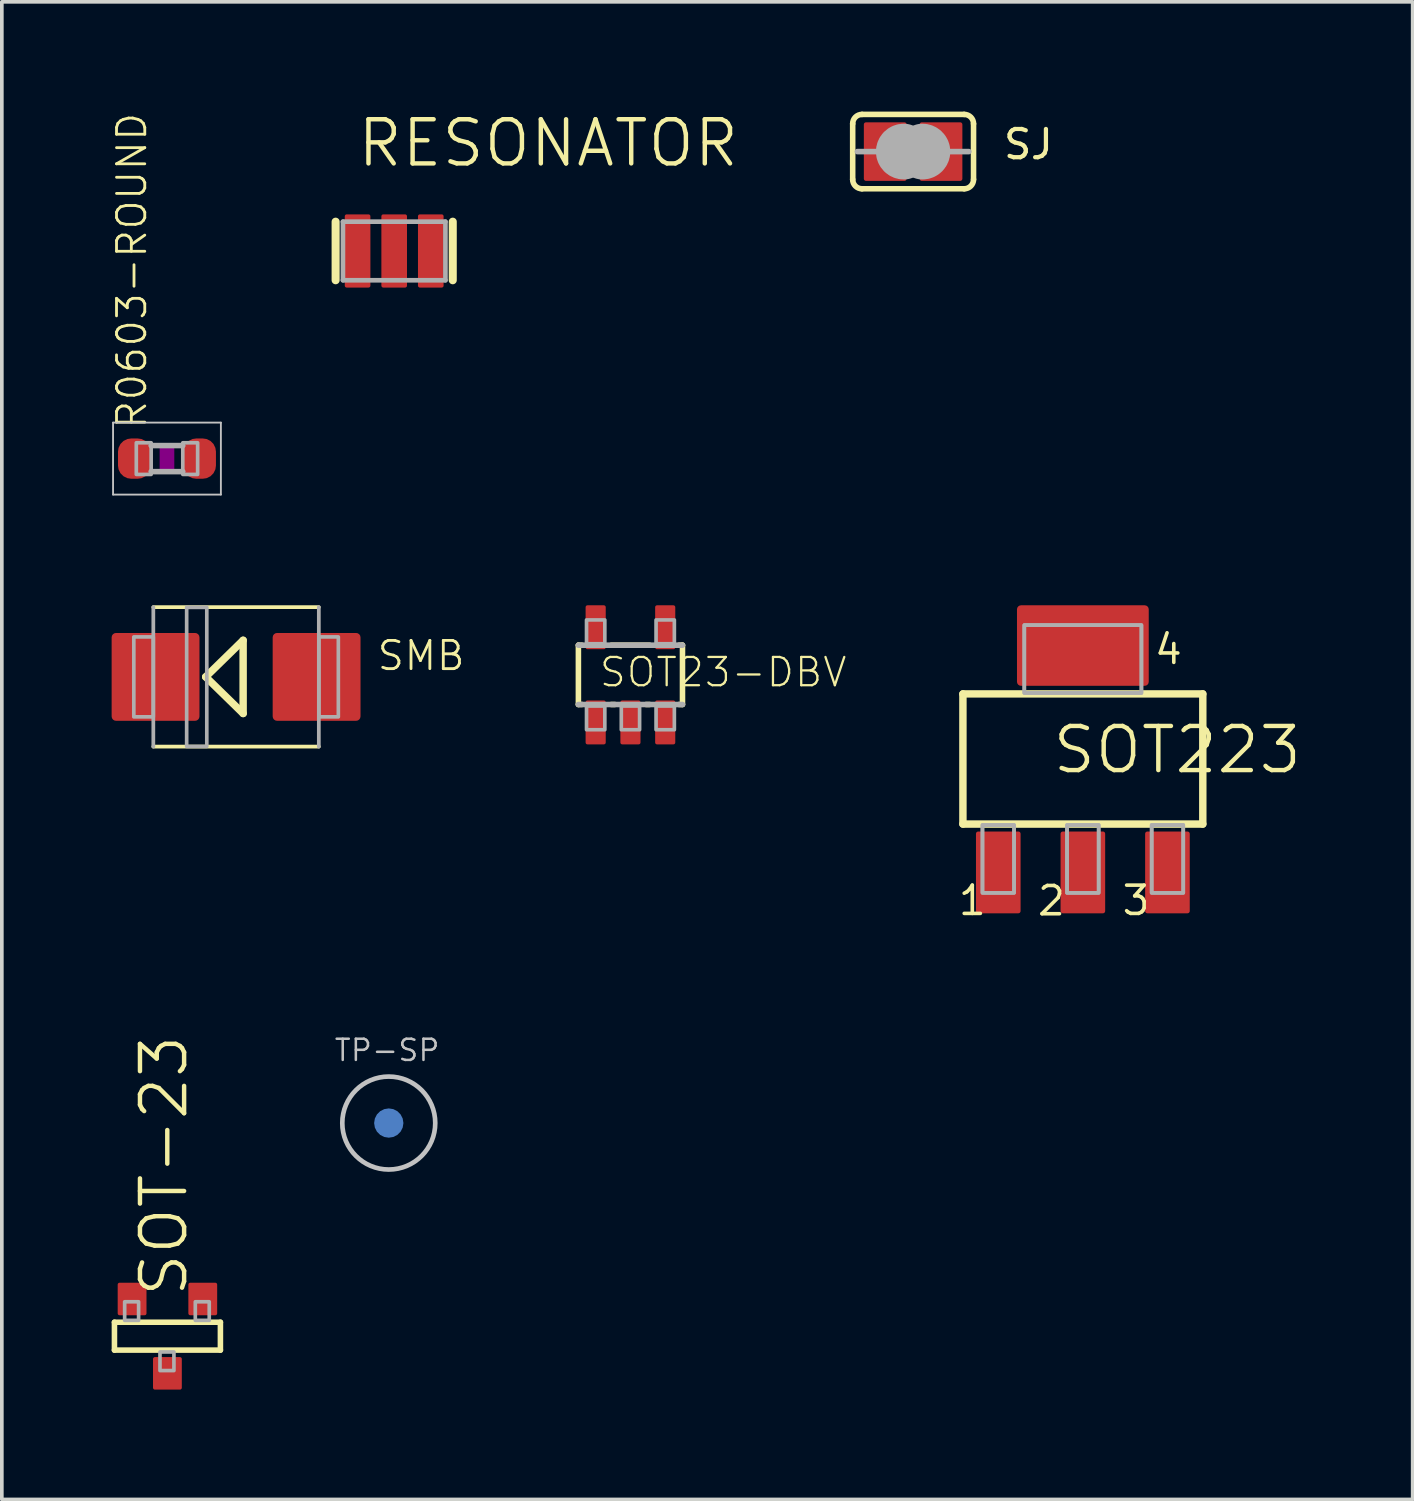
<source format=kicad_pcb>
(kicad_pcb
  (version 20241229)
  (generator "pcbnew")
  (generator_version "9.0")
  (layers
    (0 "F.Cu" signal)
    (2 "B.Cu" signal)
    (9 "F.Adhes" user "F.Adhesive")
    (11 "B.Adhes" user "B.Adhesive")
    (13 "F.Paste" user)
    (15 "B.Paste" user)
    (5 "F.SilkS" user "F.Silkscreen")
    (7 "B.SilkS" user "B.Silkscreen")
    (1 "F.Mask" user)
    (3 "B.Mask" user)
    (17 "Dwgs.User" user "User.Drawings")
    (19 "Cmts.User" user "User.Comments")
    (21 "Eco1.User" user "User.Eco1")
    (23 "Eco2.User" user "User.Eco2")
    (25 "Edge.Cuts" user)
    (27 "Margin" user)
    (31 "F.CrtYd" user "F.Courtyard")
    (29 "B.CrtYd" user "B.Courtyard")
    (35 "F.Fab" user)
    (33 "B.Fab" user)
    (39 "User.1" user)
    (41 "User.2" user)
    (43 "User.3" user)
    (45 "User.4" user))
  (footprint "R0603-ROUND"
    (layer "F.Cu")
    (at 1.512 9.48)
    (property "Reference" "R0603-ROUND" (at -0.508 -0.762 90) (layer "F.SilkS") (effects (font (size 0.772 0.772) (thickness 0.077)) (justify left bottom)))
    (attr through_hole)
    (fp_poly (pts (xy -0.2 0.4) (xy 0.2 0.4) (xy 0.2 -0.4) (xy -0.2 -0.4)) (stroke (width 0) (type solid)) (fill yes) (layer "F.Adhes"))
    (fp_line (start -1.473 -0.983) (end 1.473 -0.983) (stroke (width 0.051) (type solid)) (layer "Dwgs.User"))
    (fp_line (start -1.473 0.983) (end -1.473 -0.983) (stroke (width 0.051) (type solid)) (layer "Dwgs.User"))
    (fp_line (start 1.473 -0.983) (end 1.473 0.983) (stroke (width 0.051) (type solid)) (layer "Dwgs.User"))
    (fp_line (start 1.473 0.983) (end -1.473 0.983) (stroke (width 0.051) (type solid)) (layer "Dwgs.User"))
    (fp_line (start -0.432 0.356) (end 0.432 0.356) (stroke (width 0.152) (type solid)) (layer "F.Fab"))
    (fp_line (start 0.432 -0.356) (end -0.432 -0.356) (stroke (width 0.152) (type solid)) (layer "F.Fab"))
    (fp_poly (pts (xy -0.838 0.432) (xy -0.432 0.432) (xy -0.432 -0.432) (xy -0.838 -0.432)) (stroke (width 0.1) (type solid)) (fill no) (layer "F.Fab"))
    (fp_poly (pts (xy 0.432 0.432) (xy 0.838 0.432) (xy 0.838 -0.432) (xy 0.432 -0.432)) (stroke (width 0.1) (type solid)) (fill no) (layer "F.Fab"))
    (pad "1" smd roundrect (at -0.889 0) (size 0.898 1.1) (layers "F.Cu" "F.Mask" "F.Paste") (roundrect_rratio 0.4))
    (pad "2" smd roundrect (at 0.889 0) (size 0.898 1.1) (layers "F.Cu" "F.Mask" "F.Paste") (roundrect_rratio 0.4)))
  (footprint "SOT23-DBV"
    (layer "F.Cu")
    (at 14.175 15.388)
    (property "Reference" "SOT23-DBV" (at -0.889 0.381 180) (layer "F.SilkS") (effects (font (size 0.772 0.772) (thickness 0.062)) (justify left bottom)))
    (attr through_hole)
    (fp_line (start -1.422 -0.81) (end -1.328 -0.81) (stroke (width 0.152) (type solid)) (layer "F.SilkS"))
    (fp_line (start -1.422 0.81) (end -1.422 -0.81) (stroke (width 0.152) (type solid)) (layer "F.SilkS"))
    (fp_line (start -1.328 0.81) (end -1.422 0.81) (stroke (width 0.152) (type solid)) (layer "F.SilkS"))
    (fp_line (start -0.522 -0.81) (end 0.522 -0.81) (stroke (width 0.152) (type solid)) (layer "F.SilkS"))
    (fp_line (start -0.428 0.81) (end -0.522 0.81) (stroke (width 0.152) (type solid)) (layer "F.SilkS"))
    (fp_line (start 0.522 0.81) (end 0.428 0.81) (stroke (width 0.152) (type solid)) (layer "F.SilkS"))
    (fp_line (start 1.328 -0.81) (end 1.422 -0.81) (stroke (width 0.152) (type solid)) (layer "F.SilkS"))
    (fp_line (start 1.422 -0.81) (end 1.422 0.81) (stroke (width 0.152) (type solid)) (layer "F.SilkS"))
    (fp_line (start 1.422 0.81) (end 1.328 0.81) (stroke (width 0.152) (type solid)) (layer "F.SilkS"))
    (fp_line (start -1.422 -0.81) (end 1.422 -0.81) (stroke (width 0.152) (type solid)) (layer "F.Fab"))
    (fp_line (start 1.422 0.81) (end -1.422 0.81) (stroke (width 0.152) (type solid)) (layer "F.Fab"))
    (fp_poly (pts (xy -1.2 -0.85) (xy -0.7 -0.85) (xy -0.7 -1.5) (xy -1.2 -1.5)) (stroke (width 0.1) (type solid)) (fill no) (layer "F.Fab"))
    (fp_poly (pts (xy -1.2 1.5) (xy -0.7 1.5) (xy -0.7 0.85) (xy -1.2 0.85)) (stroke (width 0.1) (type solid)) (fill no) (layer "F.Fab"))
    (fp_poly (pts (xy -0.25 1.5) (xy 0.25 1.5) (xy 0.25 0.85) (xy -0.25 0.85)) (stroke (width 0.1) (type solid)) (fill no) (layer "F.Fab"))
    (fp_poly (pts (xy 0.7 -0.85) (xy 1.2 -0.85) (xy 1.2 -1.5) (xy 0.7 -1.5)) (stroke (width 0.1) (type solid)) (fill no) (layer "F.Fab"))
    (fp_poly (pts (xy 0.7 1.5) (xy 1.2 1.5) (xy 1.2 0.85) (xy 0.7 0.85)) (stroke (width 0.1) (type solid)) (fill no) (layer "F.Fab"))
    (pad "1" smd roundrect (at -0.95 1.3) (size 0.55 1.2) (layers "F.Cu" "F.Mask" "F.Paste") (roundrect_rratio 0.092))
    (pad "2" smd roundrect (at 0 1.3) (size 0.55 1.2) (layers "F.Cu" "F.Mask" "F.Paste") (roundrect_rratio 0.092))
    (pad "3" smd roundrect (at 0.95 1.3) (size 0.55 1.2) (layers "F.Cu" "F.Mask" "F.Paste") (roundrect_rratio 0.092))
    (pad "4" smd roundrect (at 0.95 -1.3) (size 0.55 1.2) (layers "F.Cu" "F.Mask" "F.Paste") (roundrect_rratio 0.092))
    (pad "5" smd roundrect (at -0.95 -1.3) (size 0.55 1.2) (layers "F.Cu" "F.Mask" "F.Paste") (roundrect_rratio 0.092)))
  (footprint "SMB"
    (layer "F.Cu")
    (at 3.4 15.444)
    (property "Reference" "SMB" (at 3.81 -0.127 180) (layer "F.SilkS") (effects (font (size 0.772 0.772) (thickness 0.077)) (justify left bottom)))
    (attr through_hole)
    (fp_line (start -2.261 -1.905) (end 2.261 -1.905) (stroke (width 0.102) (type solid)) (layer "F.SilkS"))
    (fp_line (start -2.261 1.905) (end 2.261 1.905) (stroke (width 0.102) (type solid)) (layer "F.SilkS"))
    (fp_line (start -0.83 0) (end 0.193 1) (stroke (width 0.203) (type solid)) (layer "F.SilkS"))
    (fp_line (start 0.193 -1) (end -0.83 0) (stroke (width 0.203) (type solid)) (layer "F.SilkS"))
    (fp_line (start 0.193 1) (end 0.193 -1) (stroke (width 0.203) (type solid)) (layer "F.SilkS"))
    (fp_line (start -2.261 1.905) (end -2.261 -1.905) (stroke (width 0.102) (type solid)) (layer "F.Fab"))
    (fp_line (start 2.261 1.905) (end 2.261 -1.905) (stroke (width 0.102) (type solid)) (layer "F.Fab"))
    (fp_poly (pts (xy -2.794 1.092) (xy -2.261 1.092) (xy -2.261 -1.092) (xy -2.794 -1.092)) (stroke (width 0.1) (type solid)) (fill no) (layer "F.Fab"))
    (fp_poly (pts (xy -1.35 1.9) (xy -0.8 1.9) (xy -0.8 -1.9) (xy -1.35 -1.9)) (stroke (width 0.1) (type solid)) (fill no) (layer "F.Fab"))
    (fp_poly (pts (xy 2.261 1.092) (xy 2.794 1.092) (xy 2.794 -1.092) (xy 2.261 -1.092)) (stroke (width 0.1) (type solid)) (fill no) (layer "F.Fab"))
    (pad "A" smd roundrect (at 2.2 0) (size 2.4 2.4) (layers "F.Cu" "F.Mask" "F.Paste") (roundrect_rratio 0.05))
    (pad "C" smd roundrect (at -2.2 0) (size 2.4 2.4) (layers "F.Cu" "F.Mask" "F.Paste") (roundrect_rratio 0.05)))
  (footprint "SOT-23"
    (layer "F.Cu")
    (at 1.499 33.457)
    (property "Reference" "SOT-23" (at 0.635 -1.016 90) (layer "F.SilkS") (effects (font (size 1.206 1.206) (thickness 0.121)) (justify left bottom)))
    (attr through_hole)
    (fp_line (start -1.422 -0.381) (end 1.473 -0.381) (stroke (width 0.152) (type solid)) (layer "F.SilkS"))
    (fp_line (start -1.422 0.381) (end -1.422 -0.381) (stroke (width 0.152) (type solid)) (layer "F.SilkS"))
    (fp_line (start 1.473 -0.381) (end 1.473 0.381) (stroke (width 0.152) (type solid)) (layer "F.SilkS"))
    (fp_line (start 1.473 0.381) (end -1.422 0.381) (stroke (width 0.152) (type solid)) (layer "F.SilkS"))
    (fp_poly (pts (xy -1.143 -0.432) (xy -0.762 -0.432) (xy -0.762 -0.94) (xy -1.143 -0.94)) (stroke (width 0.1) (type solid)) (fill no) (layer "F.Fab"))
    (fp_poly (pts (xy -0.178 0.94) (xy 0.203 0.94) (xy 0.203 0.432) (xy -0.178 0.432)) (stroke (width 0.1) (type solid)) (fill no) (layer "F.Fab"))
    (fp_poly (pts (xy 0.787 -0.432) (xy 1.168 -0.432) (xy 1.168 -0.94) (xy 0.787 -0.94)) (stroke (width 0.1) (type solid)) (fill no) (layer "F.Fab"))
    (pad "1" smd roundrect (at 0.025 1.016) (size 0.787 0.889) (layers "F.Cu" "F.Mask" "F.Paste") (roundrect_rratio 0.065))
    (pad "2" smd roundrect (at -0.94 -1.016) (size 0.787 0.889) (layers "F.Cu" "F.Mask" "F.Paste") (roundrect_rratio 0.065))
    (pad "3" smd roundrect (at 0.991 -1.016) (size 0.787 0.889) (layers "F.Cu" "F.Mask" "F.Paste") (roundrect_rratio 0.065)))
  (footprint "RESONATOR"
    (layer "F.Cu")
    (at 7.72 3.807)
    (property "Reference" "RESONATOR" (at -1.069 -2.239 0) (layer "F.SilkS") (effects (font (size 1.206 1.206) (thickness 0.121)) (justify left bottom)))
    (attr through_hole)
    (fp_line (start -1.6 -0.8) (end -1.6 0.8) (stroke (width 0.22) (type solid)) (layer "F.SilkS"))
    (fp_line (start 1.6 -0.8) (end 1.6 0.8) (stroke (width 0.22) (type solid)) (layer "F.SilkS"))
    (fp_line (start -1.4 -0.8) (end 1.4 -0.8) (stroke (width 0.127) (type solid)) (layer "F.Fab"))
    (fp_line (start -1.4 0.8) (end -1.4 -0.8) (stroke (width 0.127) (type solid)) (layer "F.Fab"))
    (fp_line (start 1.4 -0.8) (end 1.4 0.8) (stroke (width 0.127) (type solid)) (layer "F.Fab"))
    (fp_line (start 1.4 0.8) (end -1.4 0.8) (stroke (width 0.127) (type solid)) (layer "F.Fab"))
    (pad "1" smd roundrect (at -1 0 90) (size 2 0.7) (layers "F.Cu" "F.Mask" "F.Paste") (roundrect_rratio 0.073))
    (pad "2" smd roundrect (at 0 0 90) (size 2 0.7) (layers "F.Cu" "F.Mask" "F.Paste") (roundrect_rratio 0.073))
    (pad "3" smd roundrect (at 1 0 90) (size 2 0.7) (layers "F.Cu" "F.Mask" "F.Paste") (roundrect_rratio 0.073)))
  (footprint "SJ"
    (layer "F.Cu")
    (at 21.898 1.092)
    (property "Reference" "SJ" (at 2.413 0.254 0) (layer "F.SilkS") (effects (font (size 0.772 0.772) (thickness 0.116)) (justify left bottom)))
    (attr through_hole)
    (fp_poly (pts (xy -0.076 0.914) (xy 0.076 0.914) (xy 0.076 -0.914) (xy -0.076 -0.914)) (stroke (width 0) (type solid)) (fill yes) (layer "F.Mask"))
    (fp_line (start -1.651 0.762) (end -1.651 -0.762) (stroke (width 0.152) (type solid)) (layer "F.SilkS"))
    (fp_line (start -1.397 -1.016) (end 1.397 -1.016) (stroke (width 0.152) (type solid)) (layer "F.SilkS"))
    (fp_line (start 1.397 1.016) (end -1.397 1.016) (stroke (width 0.152) (type solid)) (layer "F.SilkS"))
    (fp_line (start 1.651 0.762) (end 1.651 -0.762) (stroke (width 0.152) (type solid)) (layer "F.SilkS"))
    (fp_arc (start -1.651 -0.762) (mid -1.576605 -0.941605) (end -1.397 -1.016) (stroke (width 0.1524) (type solid)) (layer "F.SilkS"))
    (fp_arc (start -1.397 1.016) (mid -1.576605 0.941605) (end -1.651 0.762) (stroke (width 0.1524) (type solid)) (layer "F.SilkS"))
    (fp_arc (start 1.397 -1.016) (mid 1.576605 -0.941605) (end 1.651 -0.762) (stroke (width 0.1524) (type solid)) (layer "F.SilkS"))
    (fp_arc (start 1.651 0.762) (mid 1.576605 0.941605) (end 1.397 1.016) (stroke (width 0.1524) (type solid)) (layer "F.SilkS"))
    (fp_line (start -1.016 0) (end -1.524 0) (stroke (width 0.152) (type solid)) (layer "F.Fab"))
    (fp_line (start 1.016 0) (end 1.524 0) (stroke (width 0.152) (type solid)) (layer "F.Fab"))
    (fp_arc (start -0.254 0.127) (mid -0.381 0) (end -0.254 -0.127) (stroke (width 1.27) (type solid)) (layer "F.Fab"))
    (fp_arc (start 0.254 -0.127) (mid 0.381 0) (end 0.254 0.127) (stroke (width 1.27) (type solid)) (layer "F.Fab"))
    (pad "1" smd roundrect (at -0.762 0) (size 1.168 1.6) (layers "F.Cu" "F.Mask" "F.Paste") (roundrect_rratio 0.05))
    (pad "2" smd roundrect (at 0.762 0) (size 1.168 1.6) (layers "F.Cu" "F.Mask" "F.Paste") (roundrect_rratio 0.05)))
  (footprint "TP-SP"
    (layer "F.Cu")
    (at 7.572 27.634)
    (property "Reference" "TP-SP" (at -1.524 -1.651 0) (layer "Dwgs.User") (effects (font (size 0.579 0.579) (thickness 0.069)) (justify left bottom)))
    (attr through_hole)
    (fp_circle (center 0 0) (end 1.27 0) (stroke (width 0.127) (type solid)) (fill no) (layer "Dwgs.User"))
    (pad "X" smd roundrect (at 0 0) (size 0.8 0.8) (layers "B.Cu" "B.Mask") (roundrect_rratio 0.5)))
  (footprint "SOT223"
    (layer "F.Cu")
    (at 26.536 17.687)
    (property "Reference" "SOT223" (at -0.889 0.457 0) (layer "F.SilkS") (effects (font (size 1.206 1.206) (thickness 0.121)) (justify left bottom)))
    (attr through_hole)
    (fp_line (start -3.277 -1.778) (end 3.277 -1.778) (stroke (width 0.203) (type solid)) (layer "F.SilkS"))
    (fp_line (start -3.277 1.778) (end -3.277 -1.778) (stroke (width 0.203) (type solid)) (layer "F.SilkS"))
    (fp_line (start 3.277 -1.778) (end 3.277 1.778) (stroke (width 0.203) (type solid)) (layer "F.SilkS"))
    (fp_line (start 3.277 1.778) (end -3.277 1.778) (stroke (width 0.203) (type solid)) (layer "F.SilkS"))
    (fp_poly (pts (xy -2.743 3.658) (xy -1.88 3.658) (xy -1.88 1.803) (xy -2.743 1.803)) (stroke (width 0.1) (type solid)) (fill no) (layer "F.Fab"))
    (fp_poly (pts (xy -2.743 3.658) (xy -1.88 3.658) (xy -1.88 1.803) (xy -2.743 1.803)) (stroke (width 0.1) (type solid)) (fill no) (layer "F.Fab"))
    (fp_poly (pts (xy -1.6 -1.803) (xy 1.6 -1.803) (xy 1.6 -3.658) (xy -1.6 -3.658)) (stroke (width 0.1) (type solid)) (fill no) (layer "F.Fab"))
    (fp_poly (pts (xy -1.6 -1.803) (xy 1.6 -1.803) (xy 1.6 -3.658) (xy -1.6 -3.658)) (stroke (width 0.1) (type solid)) (fill no) (layer "F.Fab"))
    (fp_poly (pts (xy -0.432 3.658) (xy 0.432 3.658) (xy 0.432 1.803) (xy -0.432 1.803)) (stroke (width 0.1) (type solid)) (fill no) (layer "F.Fab"))
    (fp_poly (pts (xy -0.432 3.658) (xy 0.432 3.658) (xy 0.432 1.803) (xy -0.432 1.803)) (stroke (width 0.1) (type solid)) (fill no) (layer "F.Fab"))
    (fp_poly (pts (xy 1.88 3.658) (xy 2.743 3.658) (xy 2.743 1.803) (xy 1.88 1.803)) (stroke (width 0.1) (type solid)) (fill no) (layer "F.Fab"))
    (fp_poly (pts (xy 1.88 3.658) (xy 2.743 3.658) (xy 2.743 1.803) (xy 1.88 1.803)) (stroke (width 0.1) (type solid)) (fill no) (layer "F.Fab"))
    (fp_text user "1" (at -3.453 4.318 0) (layer "F.SilkS") (effects (font (size 0.772 0.772) (thickness 0.098)) (justify left bottom)))
    (fp_text user "3" (at 1.021 4.318 0) (layer "F.SilkS") (effects (font (size 0.772 0.772) (thickness 0.098)) (justify left bottom)))
    (fp_text user "4" (at 1.905 -2.54 0) (layer "F.SilkS") (effects (font (size 0.772 0.772) (thickness 0.098)) (justify left bottom)))
    (fp_text user "2" (at -1.291 4.327 0) (layer "F.SilkS") (effects (font (size 0.772 0.772) (thickness 0.098)) (justify left bottom)))
    (pad "1" smd roundrect (at -2.311 3.099) (size 1.219 2.235) (layers "F.Cu" "F.Mask" "F.Paste") (roundrect_rratio 0.05))
    (pad "2" smd roundrect (at 0 3.099) (size 1.219 2.235) (layers "F.Cu" "F.Mask" "F.Paste") (roundrect_rratio 0.05))
    (pad "3" smd roundrect (at 2.311 3.099) (size 1.219 2.235) (layers "F.Cu" "F.Mask" "F.Paste") (roundrect_rratio 0.05))
    (pad "4" smd roundrect (at 0 -3.099) (size 3.6 2.2) (layers "F.Cu" "F.Mask" "F.Paste") (roundrect_rratio 0.05)))
  (gr_rect
    (start -3 -3)
    (end 35.547 37.917)
    (stroke (width 0.1) (type default))
    (fill no)
    (layer "Edge.Cuts")))
</source>
